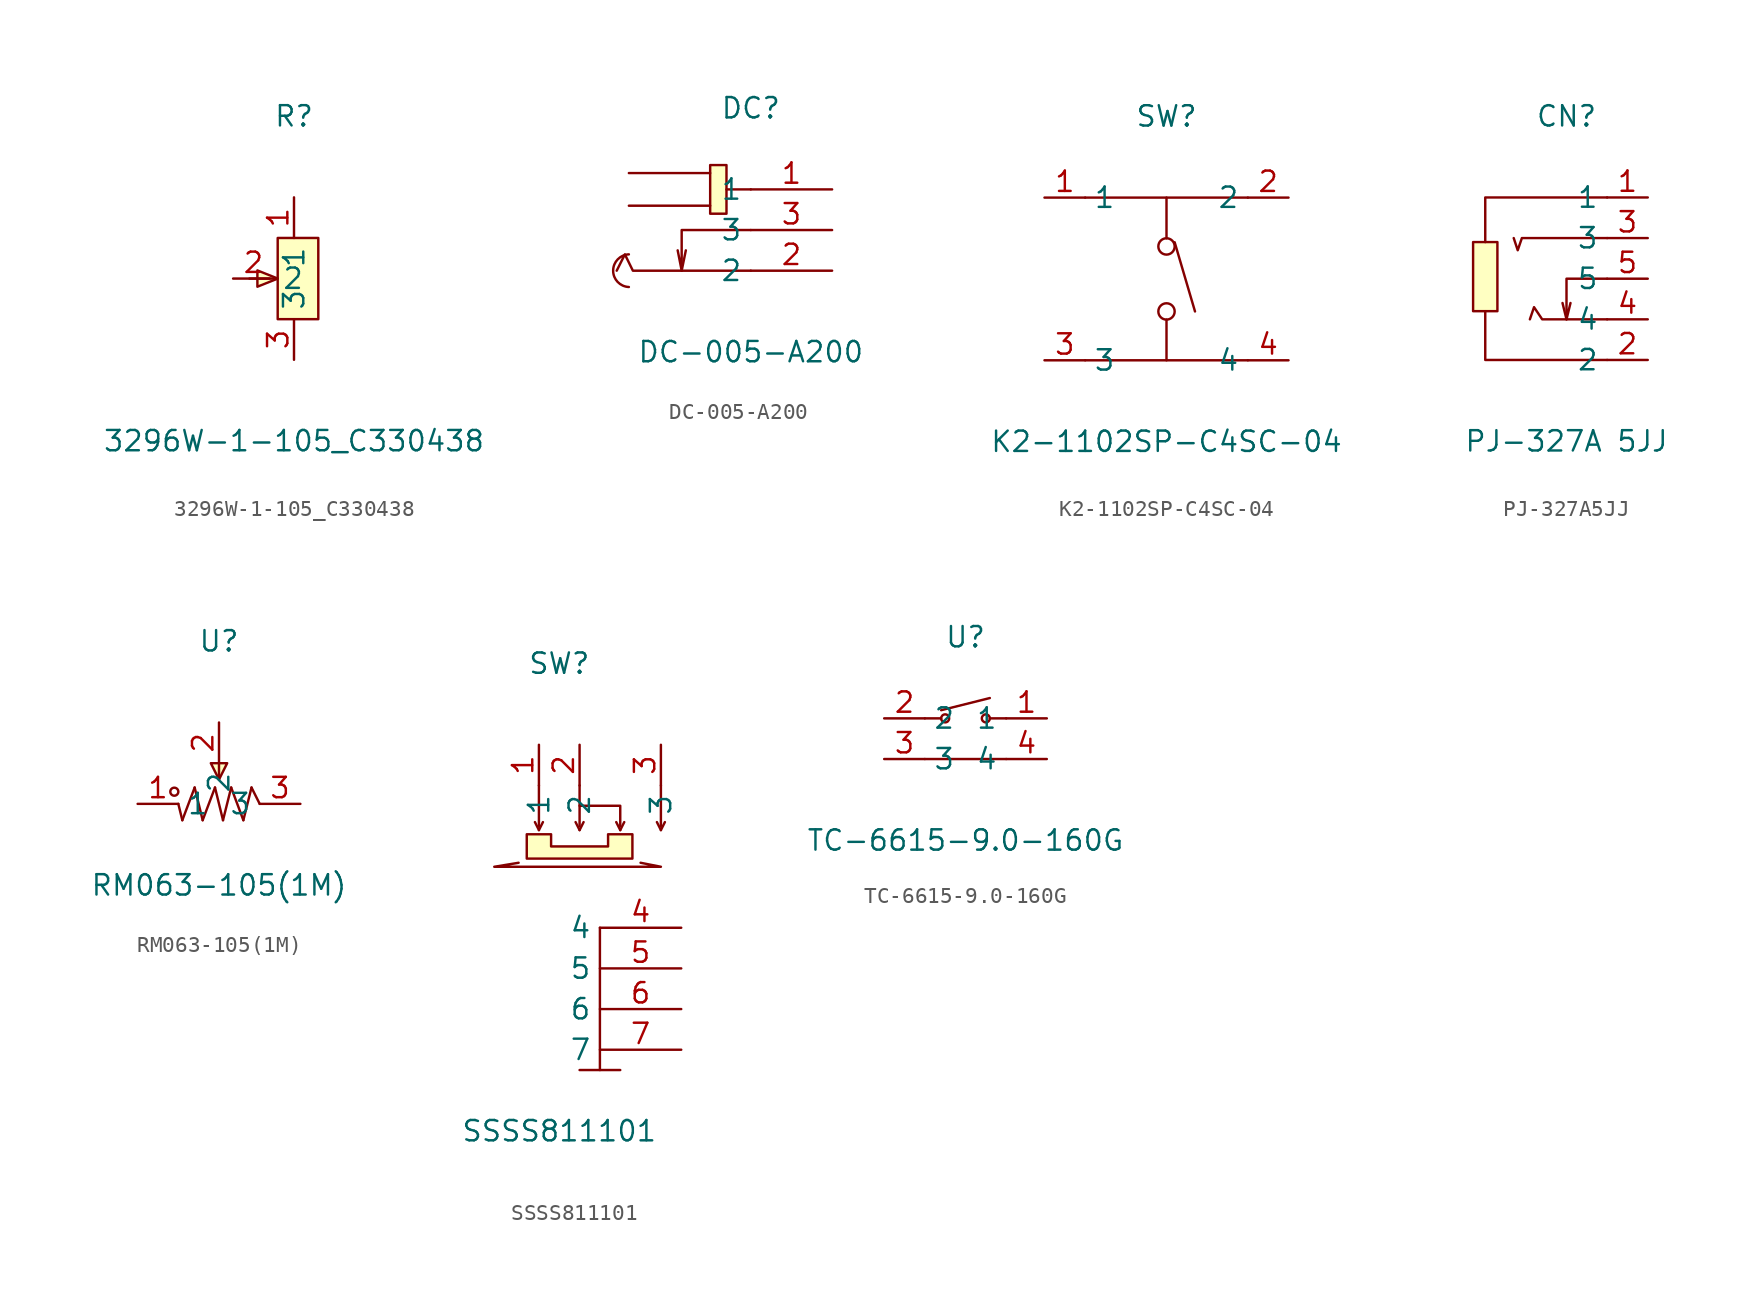
<source format=kicad_sym>
(kicad_symbol_lib
  (version 20211014)
  (generator https://github.com/uPesy/easyeda2kicad.py)
  (symbol "3296W-1-105_C330438"
    (property "Reference" "R"
      (at 0 10.16 0)
      (effects (font (size 1.27 1.27))))
    (property "Value" "3296W-1-105_C330438"
      (at 0 -10.16 0)
      (effects (font (size 1.27 1.27))))
    (symbol "3296W-1-105_C330438_0_1"
      (polyline (pts (xy -1.02 -2.54) (xy -1.02 2.54) (xy 1.52 2.54) (xy 1.52 -2.54) (xy -1.02 -2.54)) (stroke (width 0) (type default) (color 0 0 0 0)) (fill (type background)))
      (polyline (pts (xy -1.52 -0.00) (xy -2.79 -0.00)) (stroke (width 0) (type default) (color 0 0 0 0)) (fill (type none)))
      (polyline (pts (xy -1.02 -0.00) (xy -2.29 -0.51) (xy -2.29 0.51) (xy -1.02 -0.00)) (stroke (width 0) (type default) (color 0 0 0 0)) (fill (type background)))
      (pin input line (at 0.00 5.08 270) (length 2.54) (name "1" (effects (font (size 1.27 1.27)))) (number "1" (effects (font (size 1.27 1.27)))))
      (pin input line (at -3.81 -0.00 0) (length 2.54) (name "2" (effects (font (size 1.27 1.27)))) (number "2" (effects (font (size 1.27 1.27)))))
      (pin input line (at 0.00 -5.08 90) (length 2.54) (name "3" (effects (font (size 1.27 1.27)))) (number "3" (effects (font (size 1.27 1.27)))))))
  (symbol "DC-005-A200"
    (property "Reference" "DC"
      (at 0 7.62 0)
      (effects (font (size 1.27 1.27))))
    (property "Value" "DC-005-A200"
      (at 0 -7.62 0)
      (effects (font (size 1.27 1.27))))
    (symbol "DC-005-A200_0_1"
      (rectangle (start -2.54 4.06) (end -1.52 1.02) (stroke (width 0) (type default) (color 0 0 0 0)) (fill (type background)))
      (arc (start -7.62 -1.52) (mid -7.41 -1.55) (end -7.62 -3.56) (stroke (width 0) (type default) (color 0 0 0 0)) (fill (type none)))
      (polyline (pts (xy -4.32 -2.54) (xy -4.06 -1.27)) (stroke (width 0) (type default) (color 0 0 0 0)) (fill (type none)))
      (polyline (pts (xy 0.00 -0.00) (xy -4.32 -0.00) (xy -4.32 -2.54) (xy -4.57 -1.27)) (stroke (width 0) (type default) (color 0 0 0 0)) (fill (type none)))
      (polyline (pts (xy 0.00 -2.54) (xy -7.37 -2.54) (xy -7.87 -1.52) (xy -8.38 -2.54)) (stroke (width 0) (type default) (color 0 0 0 0)) (fill (type none)))
      (polyline (pts (xy -2.54 1.52) (xy -7.62 1.52)) (stroke (width 0) (type default) (color 0 0 0 0)) (fill (type none)))
      (polyline (pts (xy -2.54 3.56) (xy -7.62 3.56)) (stroke (width 0) (type default) (color 0 0 0 0)) (fill (type none)))
      (polyline (pts (xy 0.00 2.54) (xy -1.52 2.54)) (stroke (width 0) (type default) (color 0 0 0 0)) (fill (type none)))
      (pin unspecified line (at 5.08 -0.00 180) (length 5.08) (name "3" (effects (font (size 1.27 1.27)))) (number "3" (effects (font (size 1.27 1.27)))))
      (pin unspecified line (at 5.08 -2.54 180) (length 5.08) (name "2" (effects (font (size 1.27 1.27)))) (number "2" (effects (font (size 1.27 1.27)))))
      (pin unspecified line (at 5.08 2.54 180) (length 5.08) (name "1" (effects (font (size 1.27 1.27)))) (number "1" (effects (font (size 1.27 1.27)))))))
  (symbol "K2-1102SP-C4SC-04"
    (property "Reference" "SW"
      (at 0 10.16 0)
      (effects (font (size 1.27 1.27))))
    (property "Value" "K2-1102SP-C4SC-04"
      (at 0 -10.16 0)
      (effects (font (size 1.27 1.27))))
    (symbol "K2-1102SP-C4SC-04_0_1"
      (circle (center 0.00 -2.03) (radius 0.51) (stroke (width 0) (type default) (color 0 0 0 0)) (fill (type none)))
      (circle (center 0.00 2.03) (radius 0.51) (stroke (width 0) (type default) (color 0 0 0 0)) (fill (type none)))
      (polyline (pts (xy 0.51 2.29) (xy 1.78 -2.03)) (stroke (width 0) (type default) (color 0 0 0 0)) (fill (type none)))
      (polyline (pts (xy 0.00 -5.08) (xy 0.00 -2.54)) (stroke (width 0) (type default) (color 0 0 0 0)) (fill (type none)))
      (polyline (pts (xy -5.08 -5.08) (xy 5.08 -5.08)) (stroke (width 0) (type default) (color 0 0 0 0)) (fill (type none)))
      (polyline (pts (xy 0.00 5.08) (xy 0.00 2.54)) (stroke (width 0) (type default) (color 0 0 0 0)) (fill (type none)))
      (polyline (pts (xy -5.08 5.08) (xy 5.08 5.08)) (stroke (width 0) (type default) (color 0 0 0 0)) (fill (type none)))
      (pin unspecified line (at 7.62 -5.08 180) (length 2.54) (name "4" (effects (font (size 1.27 1.27)))) (number "4" (effects (font (size 1.27 1.27)))))
      (pin unspecified line (at -7.62 -5.08 0) (length 2.54) (name "3" (effects (font (size 1.27 1.27)))) (number "3" (effects (font (size 1.27 1.27)))))
      (pin unspecified line (at 7.62 5.08 180) (length 2.54) (name "2" (effects (font (size 1.27 1.27)))) (number "2" (effects (font (size 1.27 1.27)))))
      (pin unspecified line (at -7.62 5.08 0) (length 2.54) (name "1" (effects (font (size 1.27 1.27)))) (number "1" (effects (font (size 1.27 1.27)))))))
  (symbol "PJ-327A5JJ"
    (property "Reference" "CN"
      (at 0 10.16 0)
      (effects (font (size 1.27 1.27))))
    (property "Value" "PJ-327A 5JJ"
      (at 0 -10.16 0)
      (effects (font (size 1.27 1.27))))
    (symbol "PJ-327A5JJ_0_1"
      (rectangle (start -5.84 2.29) (end -4.32 -2.03) (stroke (width 0) (type default) (color 0 0 0 0)) (fill (type background)))
      (polyline (pts (xy 2.54 -2.54) (xy -1.52 -2.54) (xy -2.03 -1.78) (xy -2.29 -2.54)) (stroke (width 0) (type default) (color 0 0 0 0)) (fill (type none)))
      (polyline (pts (xy 2.54 2.54) (xy -2.79 2.54) (xy -3.05 1.78) (xy -3.30 2.54)) (stroke (width 0) (type default) (color 0 0 0 0)) (fill (type none)))
      (polyline (pts (xy -5.08 2.29) (xy -5.08 5.08) (xy 2.54 5.08)) (stroke (width 0) (type default) (color 0 0 0 0)) (fill (type none)))
      (polyline (pts (xy 2.54 -5.08) (xy -5.08 -5.08) (xy -5.08 -3.81) (xy -5.08 -2.03)) (stroke (width 0) (type default) (color 0 0 0 0)) (fill (type none)))
      (polyline (pts (xy 2.54 -0.00) (xy 0.00 -0.00) (xy 0.00 -2.54) (xy 0.25 -1.52)) (stroke (width 0) (type default) (color 0 0 0 0)) (fill (type none)))
      (polyline (pts (xy 0.00 -2.54) (xy -0.25 -1.52)) (stroke (width 0) (type default) (color 0 0 0 0)) (fill (type none)))
      (pin unspecified line (at 5.08 -0.00 180) (length 2.54) (name "5" (effects (font (size 1.27 1.27)))) (number "5" (effects (font (size 1.27 1.27)))))
      (pin unspecified line (at 5.08 -2.54 180) (length 2.54) (name "4" (effects (font (size 1.27 1.27)))) (number "4" (effects (font (size 1.27 1.27)))))
      (pin unspecified line (at 5.08 2.54 180) (length 2.54) (name "3" (effects (font (size 1.27 1.27)))) (number "3" (effects (font (size 1.27 1.27)))))
      (pin unspecified line (at 5.08 -5.08 180) (length 2.54) (name "2" (effects (font (size 1.27 1.27)))) (number "2" (effects (font (size 1.27 1.27)))))
      (pin unspecified line (at 5.08 5.08 180) (length 2.54) (name "1" (effects (font (size 1.27 1.27)))) (number "1" (effects (font (size 1.27 1.27)))))))
  (symbol "RM063-105(1M)"
    (property "Reference" "U"
      (at 0 10.16 0)
      (effects (font (size 1.27 1.27))))
    (property "Value" "RM063-105(1M)"
      (at 0 -5.08 0)
      (effects (font (size 1.27 1.27))))
    (symbol "RM063-105(1M)_0_1"
      (circle (center -2.79 0.76) (radius 0.25) (stroke (width 0) (type default) (color 0 0 0 0)) (fill (type none)))
      (polyline (pts (xy 0.00 2.54) (xy 0.00 1.52)) (stroke (width 0) (type default) (color 0 0 0 0)) (fill (type none)))
      (polyline (pts (xy -2.29 -1.02) (xy -2.54 -0.00)) (stroke (width 0) (type default) (color 0 0 0 0)) (fill (type none)))
      (polyline (pts (xy -1.52 1.02) (xy -2.29 -1.02)) (stroke (width 0) (type default) (color 0 0 0 0)) (fill (type none)))
      (polyline (pts (xy -1.02 -1.02) (xy -1.52 1.02)) (stroke (width 0) (type default) (color 0 0 0 0)) (fill (type none)))
      (polyline (pts (xy -0.25 1.02) (xy -1.02 -1.02)) (stroke (width 0) (type default) (color 0 0 0 0)) (fill (type none)))
      (polyline (pts (xy 0.25 -1.02) (xy -0.25 1.02)) (stroke (width 0) (type default) (color 0 0 0 0)) (fill (type none)))
      (polyline (pts (xy 0.76 1.02) (xy 0.25 -1.02)) (stroke (width 0) (type default) (color 0 0 0 0)) (fill (type none)))
      (polyline (pts (xy 1.52 -1.02) (xy 0.76 1.02)) (stroke (width 0) (type default) (color 0 0 0 0)) (fill (type none)))
      (polyline (pts (xy 2.03 1.02) (xy 1.52 -1.02)) (stroke (width 0) (type default) (color 0 0 0 0)) (fill (type none)))
      (polyline (pts (xy 2.54 -0.00) (xy 2.03 1.02)) (stroke (width 0) (type default) (color 0 0 0 0)) (fill (type none)))
      (polyline (pts (xy 0.51 2.54) (xy 0.00 1.52) (xy -0.51 2.54) (xy 0.51 2.54)) (stroke (width 0) (type default) (color 0 0 0 0)) (fill (type background)))
      (pin unspecified line (at 0.00 5.08 270) (length 2.54) (name "2" (effects (font (size 1.27 1.27)))) (number "2" (effects (font (size 1.27 1.27)))))
      (pin unspecified line (at -5.08 -0.00 0) (length 2.54) (name "1" (effects (font (size 1.27 1.27)))) (number "1" (effects (font (size 1.27 1.27)))))
      (pin unspecified line (at 5.08 -0.00 180) (length 2.54) (name "3" (effects (font (size 1.27 1.27)))) (number "3" (effects (font (size 1.27 1.27)))))))
  (symbol "SSSS811101"
    (property "Reference" "SW"
      (at 0 8.89 0)
      (effects (font (size 1.27 1.27))))
    (property "Value" "SSSS811101"
      (at 0 -20.32 0)
      (effects (font (size 1.27 1.27))))
    (symbol "SSSS811101_0_1"
      (polyline (pts (xy 5.08 -3.56) (xy 6.35 -3.81) (xy -4.06 -3.81) (xy -2.54 -3.56)) (stroke (width 0) (type default) (color 0 0 0 0)) (fill (type none)))
      (polyline (pts (xy 6.35 1.27) (xy 6.35 -1.27)) (stroke (width 0) (type default) (color 0 0 0 0)) (fill (type none)))
      (polyline (pts (xy 1.27 1.27) (xy 1.27 -1.27)) (stroke (width 0) (type default) (color 0 0 0 0)) (fill (type none)))
      (polyline (pts (xy 1.27 -0.00) (xy 3.81 -0.00) (xy 3.81 -1.27)) (stroke (width 0) (type default) (color 0 0 0 0)) (fill (type none)))
      (polyline (pts (xy -1.27 1.27) (xy -1.27 -1.27)) (stroke (width 0) (type default) (color 0 0 0 0)) (fill (type none)))
      (polyline (pts (xy 1.27 -1.52) (xy 1.02 -1.02)) (stroke (width 0) (type default) (color 0 0 0 0)) (fill (type none)))
      (polyline (pts (xy 1.27 -1.52) (xy 1.52 -1.02)) (stroke (width 0) (type default) (color 0 0 0 0)) (fill (type none)))
      (polyline (pts (xy 3.81 -1.52) (xy 3.56 -1.02)) (stroke (width 0) (type default) (color 0 0 0 0)) (fill (type none)))
      (polyline (pts (xy 3.81 -1.52) (xy 4.06 -1.02)) (stroke (width 0) (type default) (color 0 0 0 0)) (fill (type none)))
      (polyline (pts (xy -1.27 -1.52) (xy -1.52 -1.02)) (stroke (width 0) (type default) (color 0 0 0 0)) (fill (type none)))
      (polyline (pts (xy -1.27 -1.52) (xy -1.02 -1.02)) (stroke (width 0) (type default) (color 0 0 0 0)) (fill (type none)))
      (polyline (pts (xy 6.35 -1.52) (xy 6.10 -1.02)) (stroke (width 0) (type default) (color 0 0 0 0)) (fill (type none)))
      (polyline (pts (xy 6.35 -1.52) (xy 6.60 -1.02)) (stroke (width 0) (type default) (color 0 0 0 0)) (fill (type none)))
      (polyline (pts (xy 4.57 -1.78) (xy 4.57 -3.30) (xy -2.03 -3.30) (xy -2.03 -1.78) (xy -0.51 -1.78) (xy -0.51 -2.54) (xy 3.05 -2.54) (xy 3.05 -1.78) (xy 4.57 -1.78)) (stroke (width 0) (type default) (color 0 0 0 0)) (fill (type background)))
      (polyline (pts (xy 2.54 -7.62) (xy 2.54 -16.51)) (stroke (width 0) (type default) (color 0 0 0 0)) (fill (type none)))
      (polyline (pts (xy 1.27 -16.51) (xy 3.81 -16.51)) (stroke (width 0) (type default) (color 0 0 0 0)) (fill (type none)))
      (pin unspecified line (at -1.27 3.81 270) (length 2.54) (name "1" (effects (font (size 1.27 1.27)))) (number "1" (effects (font (size 1.27 1.27)))))
      (pin unspecified line (at 6.35 3.81 270) (length 2.54) (name "3" (effects (font (size 1.27 1.27)))) (number "3" (effects (font (size 1.27 1.27)))))
      (pin unspecified line (at 1.27 3.81 270) (length 2.54) (name "2" (effects (font (size 1.27 1.27)))) (number "2" (effects (font (size 1.27 1.27)))))
      (pin unspecified line (at 7.62 -7.62 180) (length 5.08) (name "4" (effects (font (size 1.27 1.27)))) (number "4" (effects (font (size 1.27 1.27)))))
      (pin unspecified line (at 7.62 -10.16 180) (length 5.08) (name "5" (effects (font (size 1.27 1.27)))) (number "5" (effects (font (size 1.27 1.27)))))
      (pin unspecified line (at 7.62 -12.70 180) (length 5.08) (name "6" (effects (font (size 1.27 1.27)))) (number "6" (effects (font (size 1.27 1.27)))))
      (pin unspecified line (at 7.62 -15.24 180) (length 5.08) (name "7" (effects (font (size 1.27 1.27)))) (number "7" (effects (font (size 1.27 1.27)))))))
  (symbol "TC-6615-9.0-160G"
    (property "Reference" "U"
      (at 0 5.08 0)
      (effects (font (size 1.27 1.27))))
    (property "Value" "TC-6615-9.0-160G"
      (at 0 -7.62 0)
      (effects (font (size 1.27 1.27))))
    (symbol "TC-6615-9.0-160G_0_1"
      (circle (center -1.27 -0.00) (radius 0.25) (stroke (width 0) (type default) (color 0 0 0 0)) (fill (type none)))
      (circle (center 1.27 -0.00) (radius 0.25) (stroke (width 0) (type default) (color 0 0 0 0)) (fill (type none)))
      (polyline (pts (xy -2.54 -2.54) (xy 2.54 -2.54)) (stroke (width 0) (type default) (color 0 0 0 0)) (fill (type none)))
      (polyline (pts (xy -2.54 -0.00) (xy -1.52 -0.00)) (stroke (width 0) (type default) (color 0 0 0 0)) (fill (type none)))
      (polyline (pts (xy 2.54 -0.00) (xy 1.52 -0.00)) (stroke (width 0) (type default) (color 0 0 0 0)) (fill (type none)))
      (polyline (pts (xy -1.52 0.51) (xy 1.52 1.27)) (stroke (width 0) (type default) (color 0 0 0 0)) (fill (type none)))
      (pin unspecified line (at 5.08 -2.54 180) (length 2.54) (name "4" (effects (font (size 1.27 1.27)))) (number "4" (effects (font (size 1.27 1.27)))))
      (pin unspecified line (at -5.08 -0.00 0) (length 2.54) (name "2" (effects (font (size 1.27 1.27)))) (number "2" (effects (font (size 1.27 1.27)))))
      (pin unspecified line (at -5.08 -2.54 0) (length 2.54) (name "3" (effects (font (size 1.27 1.27)))) (number "3" (effects (font (size 1.27 1.27)))))
      (pin unspecified line (at 5.08 -0.00 180) (length 2.54) (name "1" (effects (font (size 1.27 1.27)))) (number "1" (effects (font (size 1.27 1.27))))))))
</source>
